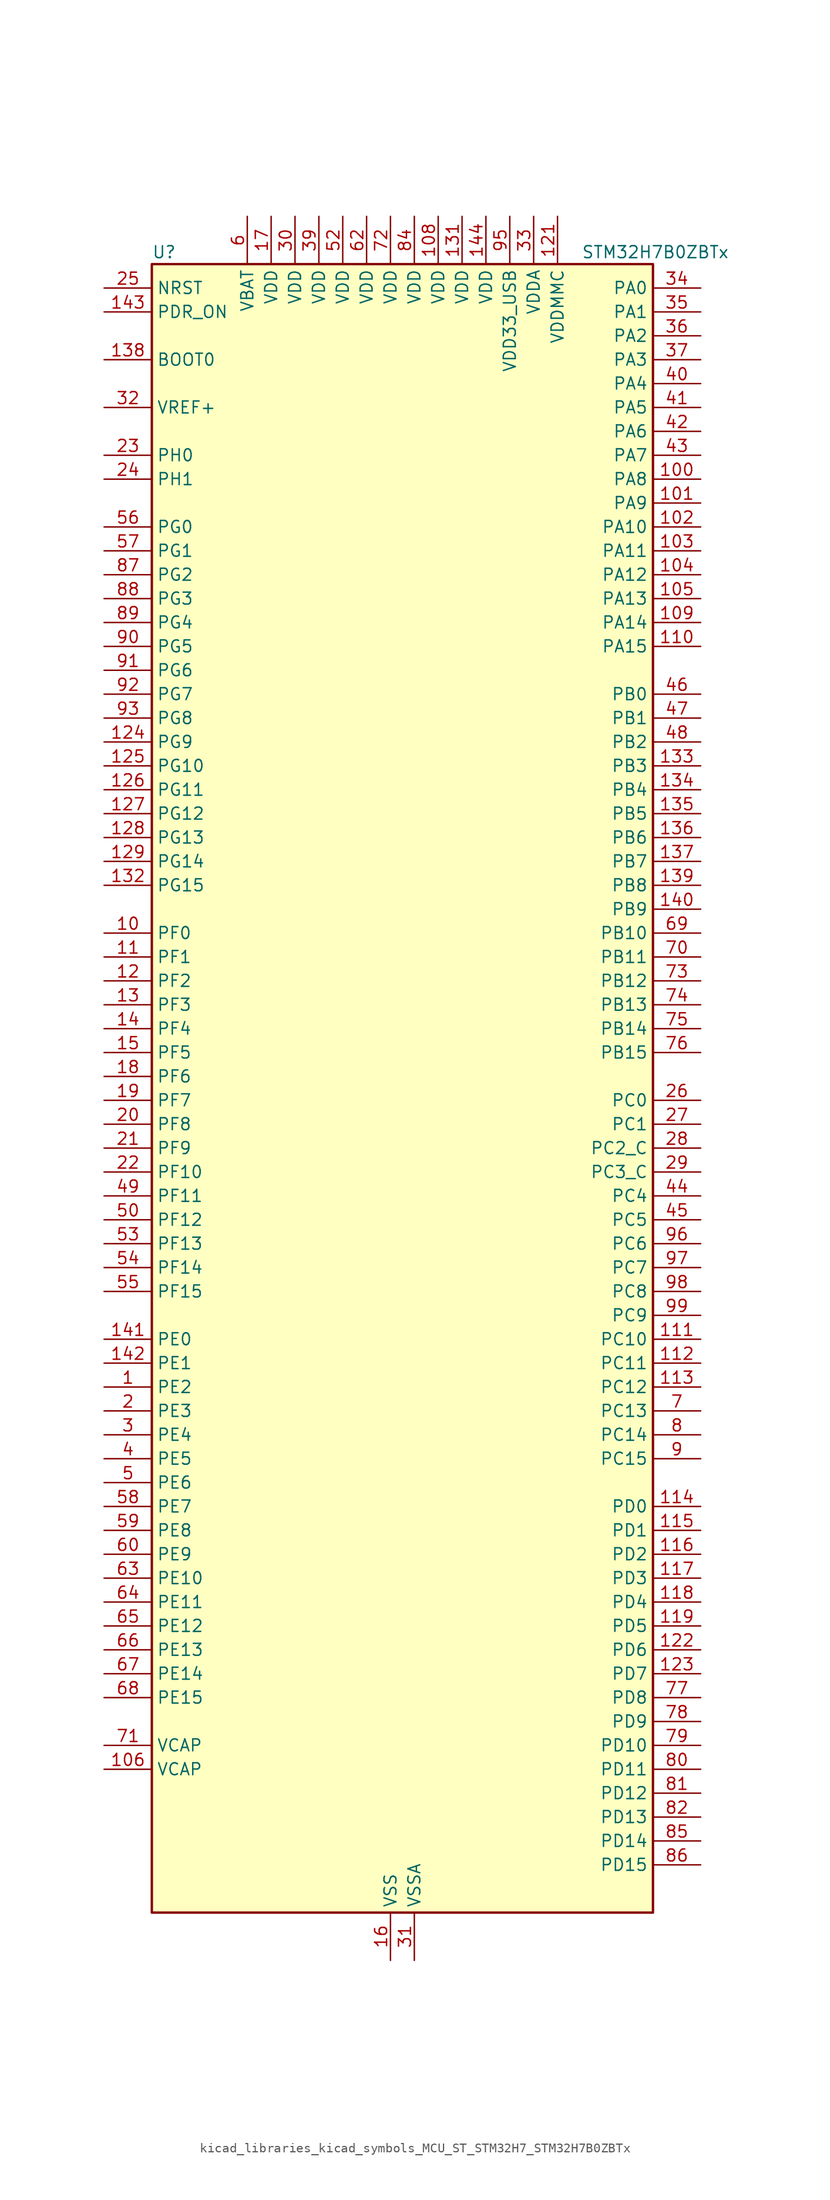
<source format=kicad_sym>
(kicad_symbol_lib
  (version 20220914)
  (generator kicad_symbol_editor)
  (symbol "kicad_libraries_kicad_symbols_MCU_ST_STM32H7_STM32H7B0ZBTx"
    (property "Reference" "U"
      (at -25.4 90.17 0)
      (effects (font (size 1.27 1.27)) (justify left)))
    (property "Value" "STM32H7B0ZBTx"
      (at 20.32 90.17 0)
      (effects (font (size 1.27 1.27)) (justify left)))
    (property "ki_locked" ""
      (at 0 0 0)
      (effects (font (size 1.27 1.27))))
    (symbol "kicad_libraries_kicad_symbols_MCU_ST_STM32H7_STM32H7B0ZBTx_0_1"
      (rectangle (start -25.4 -86.36) (end 27.94 88.9) (stroke (width 0.254) (type default)) (fill (type background))))
    (symbol "kicad_libraries_kicad_symbols_MCU_ST_STM32H7_STM32H7B0ZBTx_1_1"
      (pin bidirectional line (at -30.48 -30.48 0) (length 5.08) (name "PE2" (effects (font (size 1.27 1.27)))) (number "1" (effects (font (size 1.27 1.27)))) (alternate "DEBUG_TRACECLK" bidirectional line) (alternate "FMC_A23" bidirectional line) (alternate "OCTOSPIM_P1_IO2" bidirectional line) (alternate "SAI1_CK1" bidirectional line) (alternate "SAI1_MCLK_A" bidirectional line) (alternate "SPI4_SCK" bidirectional line) (alternate "USART10_RX" bidirectional line))
      (pin bidirectional line (at -30.48 17.78 0) (length 5.08) (name "PF0" (effects (font (size 1.27 1.27)))) (number "10" (effects (font (size 1.27 1.27)))) (alternate "FMC_A0" bidirectional line) (alternate "I2C2_SDA" bidirectional line) (alternate "OCTOSPIM_P2_IO0" bidirectional line))
      (pin bidirectional line (at 33.02 66.04 180) (length 5.08) (name "PA8" (effects (font (size 1.27 1.27)))) (number "100" (effects (font (size 1.27 1.27)))) (alternate "I2C3_SCL" bidirectional line) (alternate "LTDC_B3" bidirectional line) (alternate "LTDC_R6" bidirectional line) (alternate "RCC_MCO_1" bidirectional line) (alternate "TIM1_CH1" bidirectional line) (alternate "TIM8_BKIN2" bidirectional line) (alternate "TIM8_BKIN2_COMP1" bidirectional line) (alternate "TIM8_BKIN2_COMP2" bidirectional line) (alternate "UART7_RX" bidirectional line) (alternate "USART1_CK" bidirectional line) (alternate "USB_OTG_HS_SOF" bidirectional line))
      (pin bidirectional line (at 33.02 63.5 180) (length 5.08) (name "PA9" (effects (font (size 1.27 1.27)))) (number "101" (effects (font (size 1.27 1.27)))) (alternate "DAC1_EXTI9" bidirectional line) (alternate "DCMI_D0" bidirectional line) (alternate "I2C3_SMBA" bidirectional line) (alternate "I2S2_CK" bidirectional line) (alternate "LPUART1_TX" bidirectional line) (alternate "LTDC_R5" bidirectional line) (alternate "PSSI_D0" bidirectional line) (alternate "SPI2_SCK" bidirectional line) (alternate "TIM1_CH2" bidirectional line) (alternate "USART1_TX" bidirectional line) (alternate "USB_OTG_HS_VBUS" bidirectional line))
      (pin bidirectional line (at 33.02 60.96 180) (length 5.08) (name "PA10" (effects (font (size 1.27 1.27)))) (number "102" (effects (font (size 1.27 1.27)))) (alternate "DCMI_D1" bidirectional line) (alternate "LPUART1_RX" bidirectional line) (alternate "LTDC_B1" bidirectional line) (alternate "LTDC_B4" bidirectional line) (alternate "MDIOS_MDIO" bidirectional line) (alternate "PSSI_D1" bidirectional line) (alternate "TIM1_CH3" bidirectional line) (alternate "USART1_RX" bidirectional line) (alternate "USB_OTG_HS_ID" bidirectional line))
      (pin bidirectional line (at 33.02 58.42 180) (length 5.08) (name "PA11" (effects (font (size 1.27 1.27)))) (number "103" (effects (font (size 1.27 1.27)))) (alternate "ADC1_EXTI11" bidirectional line) (alternate "ADC2_EXTI11" bidirectional line) (alternate "FDCAN1_RX" bidirectional line) (alternate "I2S2_WS" bidirectional line) (alternate "LPUART1_CTS" bidirectional line) (alternate "LTDC_R4" bidirectional line) (alternate "SPI2_NSS" bidirectional line) (alternate "TIM1_CH4" bidirectional line) (alternate "UART4_RX" bidirectional line) (alternate "USART1_CTS" bidirectional line) (alternate "USART1_NSS" bidirectional line) (alternate "USB_OTG_HS_DM" bidirectional line))
      (pin bidirectional line (at 33.02 55.88 180) (length 5.08) (name "PA12" (effects (font (size 1.27 1.27)))) (number "104" (effects (font (size 1.27 1.27)))) (alternate "FDCAN1_TX" bidirectional line) (alternate "I2S2_CK" bidirectional line) (alternate "LPUART1_DE" bidirectional line) (alternate "LPUART1_RTS" bidirectional line) (alternate "LTDC_R5" bidirectional line) (alternate "SAI2_FS_B" bidirectional line) (alternate "SPI2_SCK" bidirectional line) (alternate "TIM1_ETR" bidirectional line) (alternate "UART4_TX" bidirectional line) (alternate "USART1_DE" bidirectional line) (alternate "USART1_RTS" bidirectional line) (alternate "USB_OTG_HS_DP" bidirectional line))
      (pin bidirectional line (at 33.02 53.34 180) (length 5.08) (name "PA13" (effects (font (size 1.27 1.27)))) (number "105" (effects (font (size 1.27 1.27)))) (alternate "DEBUG_JTMS-SWDIO" bidirectional line))
      (pin power_out line (at -30.48 -71.12 0) (length 5.08) (name "VCAP" (effects (font (size 1.27 1.27)))) (number "106" (effects (font (size 1.27 1.27)))))
      (pin passive line (at 0 -91.44 90) (length 5.08) hide (name "VSS" (effects (font (size 1.27 1.27)))) (number "107" (effects (font (size 1.27 1.27)))))
      (pin power_in line (at 5.08 93.98 270) (length 5.08) (name "VDD" (effects (font (size 1.27 1.27)))) (number "108" (effects (font (size 1.27 1.27)))))
      (pin bidirectional line (at 33.02 50.8 180) (length 5.08) (name "PA14" (effects (font (size 1.27 1.27)))) (number "109" (effects (font (size 1.27 1.27)))) (alternate "DEBUG_JTCK-SWCLK" bidirectional line))
      (pin bidirectional line (at -30.48 15.24 0) (length 5.08) (name "PF1" (effects (font (size 1.27 1.27)))) (number "11" (effects (font (size 1.27 1.27)))) (alternate "FMC_A1" bidirectional line) (alternate "I2C2_SCL" bidirectional line) (alternate "OCTOSPIM_P2_IO1" bidirectional line))
      (pin bidirectional line (at 33.02 48.26 180) (length 5.08) (name "PA15" (effects (font (size 1.27 1.27)))) (number "110" (effects (font (size 1.27 1.27)))) (alternate "ADC1_EXTI15" bidirectional line) (alternate "ADC2_EXTI15" bidirectional line) (alternate "CEC" bidirectional line) (alternate "DEBUG_JTDI" bidirectional line) (alternate "I2S1_WS" bidirectional line) (alternate "I2S3_WS" bidirectional line) (alternate "I2S6_WS" bidirectional line) (alternate "LTDC_B6" bidirectional line) (alternate "LTDC_R3" bidirectional line) (alternate "SPI1_NSS" bidirectional line) (alternate "SPI3_NSS" bidirectional line) (alternate "SPI6_NSS" bidirectional line) (alternate "TIM2_CH1" bidirectional line) (alternate "TIM2_ETR" bidirectional line) (alternate "UART4_DE" bidirectional line) (alternate "UART4_RTS" bidirectional line) (alternate "UART7_TX" bidirectional line))
      (pin bidirectional line (at 33.02 -25.4 180) (length 5.08) (name "PC10" (effects (font (size 1.27 1.27)))) (number "111" (effects (font (size 1.27 1.27)))) (alternate "DCMI_D8" bidirectional line) (alternate "DFSDM1_CKIN5" bidirectional line) (alternate "DFSDM2_CKIN0" bidirectional line) (alternate "I2S3_CK" bidirectional line) (alternate "LTDC_B1" bidirectional line) (alternate "LTDC_R2" bidirectional line) (alternate "OCTOSPIM_P1_IO1" bidirectional line) (alternate "PSSI_D8" bidirectional line) (alternate "SDMMC1_D2" bidirectional line) (alternate "SPI3_SCK" bidirectional line) (alternate "SWPMI1_RX" bidirectional line) (alternate "UART4_TX" bidirectional line) (alternate "USART3_TX" bidirectional line))
      (pin bidirectional line (at 33.02 -27.94 180) (length 5.08) (name "PC11" (effects (font (size 1.27 1.27)))) (number "112" (effects (font (size 1.27 1.27)))) (alternate "ADC1_EXTI11" bidirectional line) (alternate "ADC2_EXTI11" bidirectional line) (alternate "DCMI_D4" bidirectional line) (alternate "DFSDM1_DATIN5" bidirectional line) (alternate "DFSDM2_DATIN0" bidirectional line) (alternate "I2S3_SDI" bidirectional line) (alternate "LTDC_B4" bidirectional line) (alternate "OCTOSPIM_P1_NCS" bidirectional line) (alternate "PSSI_D4" bidirectional line) (alternate "SDMMC1_D3" bidirectional line) (alternate "SPI3_MISO" bidirectional line) (alternate "UART4_RX" bidirectional line) (alternate "USART3_RX" bidirectional line))
      (pin bidirectional line (at 33.02 -30.48 180) (length 5.08) (name "PC12" (effects (font (size 1.27 1.27)))) (number "113" (effects (font (size 1.27 1.27)))) (alternate "DCMI_D9" bidirectional line) (alternate "DEBUG_TRACED3" bidirectional line) (alternate "DFSDM2_CKOUT" bidirectional line) (alternate "I2S3_SDO" bidirectional line) (alternate "I2S6_CK" bidirectional line) (alternate "LTDC_R6" bidirectional line) (alternate "PSSI_D9" bidirectional line) (alternate "SDMMC1_CK" bidirectional line) (alternate "SPI3_MOSI" bidirectional line) (alternate "SPI6_SCK" bidirectional line) (alternate "TIM15_CH1" bidirectional line) (alternate "UART5_TX" bidirectional line) (alternate "USART3_CK" bidirectional line))
      (pin bidirectional line (at 33.02 -43.18 180) (length 5.08) (name "PD0" (effects (font (size 1.27 1.27)))) (number "114" (effects (font (size 1.27 1.27)))) (alternate "DFSDM1_CKIN6" bidirectional line) (alternate "FDCAN1_RX" bidirectional line) (alternate "FMC_D2" bidirectional line) (alternate "FMC_DA2" bidirectional line) (alternate "LTDC_B1" bidirectional line) (alternate "UART4_RX" bidirectional line) (alternate "UART9_CTS" bidirectional line))
      (pin bidirectional line (at 33.02 -45.72 180) (length 5.08) (name "PD1" (effects (font (size 1.27 1.27)))) (number "115" (effects (font (size 1.27 1.27)))) (alternate "DFSDM1_DATIN6" bidirectional line) (alternate "FDCAN1_TX" bidirectional line) (alternate "FMC_D3" bidirectional line) (alternate "FMC_DA3" bidirectional line) (alternate "UART4_TX" bidirectional line))
      (pin bidirectional line (at 33.02 -48.26 180) (length 5.08) (name "PD2" (effects (font (size 1.27 1.27)))) (number "116" (effects (font (size 1.27 1.27)))) (alternate "DCMI_D11" bidirectional line) (alternate "DEBUG_TRACED2" bidirectional line) (alternate "LTDC_B2" bidirectional line) (alternate "LTDC_B7" bidirectional line) (alternate "PSSI_D11" bidirectional line) (alternate "SDMMC1_CMD" bidirectional line) (alternate "TIM15_BKIN" bidirectional line) (alternate "TIM3_ETR" bidirectional line) (alternate "UART5_RX" bidirectional line))
      (pin bidirectional line (at 33.02 -50.8 180) (length 5.08) (name "PD3" (effects (font (size 1.27 1.27)))) (number "117" (effects (font (size 1.27 1.27)))) (alternate "DCMI_D5" bidirectional line) (alternate "DFSDM1_CKOUT" bidirectional line) (alternate "FMC_CLK" bidirectional line) (alternate "I2S2_CK" bidirectional line) (alternate "LTDC_G7" bidirectional line) (alternate "PSSI_D5" bidirectional line) (alternate "SPI2_SCK" bidirectional line) (alternate "USART2_CTS" bidirectional line) (alternate "USART2_NSS" bidirectional line))
      (pin bidirectional line (at 33.02 -53.34 180) (length 5.08) (name "PD4" (effects (font (size 1.27 1.27)))) (number "118" (effects (font (size 1.27 1.27)))) (alternate "FMC_NOE" bidirectional line) (alternate "OCTOSPIM_P1_IO4" bidirectional line) (alternate "USART2_DE" bidirectional line) (alternate "USART2_RTS" bidirectional line))
      (pin bidirectional line (at 33.02 -55.88 180) (length 5.08) (name "PD5" (effects (font (size 1.27 1.27)))) (number "119" (effects (font (size 1.27 1.27)))) (alternate "FMC_NWE" bidirectional line) (alternate "OCTOSPIM_P1_IO5" bidirectional line) (alternate "USART2_TX" bidirectional line))
      (pin bidirectional line (at -30.48 12.7 0) (length 5.08) (name "PF2" (effects (font (size 1.27 1.27)))) (number "12" (effects (font (size 1.27 1.27)))) (alternate "FMC_A2" bidirectional line) (alternate "I2C2_SMBA" bidirectional line) (alternate "OCTOSPIM_P2_IO2" bidirectional line))
      (pin passive line (at 0 -91.44 90) (length 5.08) hide (name "VSS" (effects (font (size 1.27 1.27)))) (number "120" (effects (font (size 1.27 1.27)))))
      (pin power_in line (at 17.78 93.98 270) (length 5.08) (name "VDDMMC" (effects (font (size 1.27 1.27)))) (number "121" (effects (font (size 1.27 1.27)))))
      (pin bidirectional line (at 33.02 -58.42 180) (length 5.08) (name "PD6" (effects (font (size 1.27 1.27)))) (number "122" (effects (font (size 1.27 1.27)))) (alternate "DCMI_D10" bidirectional line) (alternate "DFSDM1_CKIN4" bidirectional line) (alternate "DFSDM1_DATIN1" bidirectional line) (alternate "FMC_NWAIT" bidirectional line) (alternate "I2S3_SDO" bidirectional line) (alternate "LTDC_B2" bidirectional line) (alternate "OCTOSPIM_P1_IO6" bidirectional line) (alternate "PSSI_D10" bidirectional line) (alternate "SAI1_D1" bidirectional line) (alternate "SAI1_SD_A" bidirectional line) (alternate "SDMMC2_CK" bidirectional line) (alternate "SPI3_MOSI" bidirectional line) (alternate "USART2_RX" bidirectional line))
      (pin bidirectional line (at 33.02 -60.96 180) (length 5.08) (name "PD7" (effects (font (size 1.27 1.27)))) (number "123" (effects (font (size 1.27 1.27)))) (alternate "DFSDM1_CKIN1" bidirectional line) (alternate "DFSDM1_DATIN4" bidirectional line) (alternate "FMC_NE1" bidirectional line) (alternate "I2S1_SDO" bidirectional line) (alternate "OCTOSPIM_P1_IO7" bidirectional line) (alternate "SDMMC2_CMD" bidirectional line) (alternate "SPDIFRX_IN0" bidirectional line) (alternate "SPI1_MOSI" bidirectional line) (alternate "USART2_CK" bidirectional line))
      (pin bidirectional line (at -30.48 38.1 0) (length 5.08) (name "PG9" (effects (font (size 1.27 1.27)))) (number "124" (effects (font (size 1.27 1.27)))) (alternate "DAC1_EXTI9" bidirectional line) (alternate "DCMI_VSYNC" bidirectional line) (alternate "FMC_NCE" bidirectional line) (alternate "FMC_NE2" bidirectional line) (alternate "I2S1_SDI" bidirectional line) (alternate "OCTOSPIM_P1_IO6" bidirectional line) (alternate "PSSI_RDY" bidirectional line) (alternate "SAI2_FS_B" bidirectional line) (alternate "SDMMC2_D0" bidirectional line) (alternate "SPDIFRX_IN3" bidirectional line) (alternate "SPI1_MISO" bidirectional line) (alternate "USART6_RX" bidirectional line))
      (pin bidirectional line (at -30.48 35.56 0) (length 5.08) (name "PG10" (effects (font (size 1.27 1.27)))) (number "125" (effects (font (size 1.27 1.27)))) (alternate "DCMI_D2" bidirectional line) (alternate "FMC_NE3" bidirectional line) (alternate "I2S1_WS" bidirectional line) (alternate "LTDC_B2" bidirectional line) (alternate "LTDC_G3" bidirectional line) (alternate "OCTOSPIM_P2_IO6" bidirectional line) (alternate "PSSI_D2" bidirectional line) (alternate "SAI2_SD_B" bidirectional line) (alternate "SDMMC2_D1" bidirectional line) (alternate "SPI1_NSS" bidirectional line))
      (pin bidirectional line (at -30.48 33.02 0) (length 5.08) (name "PG11" (effects (font (size 1.27 1.27)))) (number "126" (effects (font (size 1.27 1.27)))) (alternate "ADC1_EXTI11" bidirectional line) (alternate "ADC2_EXTI11" bidirectional line) (alternate "DCMI_D3" bidirectional line) (alternate "I2S1_CK" bidirectional line) (alternate "LPTIM1_IN2" bidirectional line) (alternate "LTDC_B3" bidirectional line) (alternate "OCTOSPIM_P2_IO7" bidirectional line) (alternate "PSSI_D3" bidirectional line) (alternate "SDMMC2_D2" bidirectional line) (alternate "SPDIFRX_IN0" bidirectional line) (alternate "SPI1_SCK" bidirectional line) (alternate "USART10_RX" bidirectional line))
      (pin bidirectional line (at -30.48 30.48 0) (length 5.08) (name "PG12" (effects (font (size 1.27 1.27)))) (number "127" (effects (font (size 1.27 1.27)))) (alternate "FMC_NE4" bidirectional line) (alternate "I2S6_SDI" bidirectional line) (alternate "LPTIM1_IN1" bidirectional line) (alternate "LTDC_B1" bidirectional line) (alternate "LTDC_B4" bidirectional line) (alternate "OCTOSPIM_P2_NCS" bidirectional line) (alternate "SDMMC2_D3" bidirectional line) (alternate "SPDIFRX_IN1" bidirectional line) (alternate "SPI6_MISO" bidirectional line) (alternate "USART10_TX" bidirectional line) (alternate "USART6_DE" bidirectional line) (alternate "USART6_RTS" bidirectional line))
      (pin bidirectional line (at -30.48 27.94 0) (length 5.08) (name "PG13" (effects (font (size 1.27 1.27)))) (number "128" (effects (font (size 1.27 1.27)))) (alternate "DEBUG_TRACED0" bidirectional line) (alternate "FMC_A24" bidirectional line) (alternate "I2S6_CK" bidirectional line) (alternate "LPTIM1_OUT" bidirectional line) (alternate "LTDC_R0" bidirectional line) (alternate "SDMMC2_D6" bidirectional line) (alternate "SPI6_SCK" bidirectional line) (alternate "USART10_CTS" bidirectional line) (alternate "USART10_NSS" bidirectional line) (alternate "USART6_CTS" bidirectional line) (alternate "USART6_NSS" bidirectional line))
      (pin bidirectional line (at -30.48 25.4 0) (length 5.08) (name "PG14" (effects (font (size 1.27 1.27)))) (number "129" (effects (font (size 1.27 1.27)))) (alternate "DEBUG_TRACED1" bidirectional line) (alternate "FMC_A25" bidirectional line) (alternate "I2S6_SDO" bidirectional line) (alternate "LPTIM1_ETR" bidirectional line) (alternate "LTDC_B0" bidirectional line) (alternate "OCTOSPIM_P1_IO7" bidirectional line) (alternate "SDMMC2_D7" bidirectional line) (alternate "SPI6_MOSI" bidirectional line) (alternate "USART10_DE" bidirectional line) (alternate "USART10_RTS" bidirectional line) (alternate "USART6_TX" bidirectional line))
      (pin bidirectional line (at -30.48 10.16 0) (length 5.08) (name "PF3" (effects (font (size 1.27 1.27)))) (number "13" (effects (font (size 1.27 1.27)))) (alternate "FMC_A3" bidirectional line) (alternate "OCTOSPIM_P2_IO3" bidirectional line))
      (pin passive line (at 0 -91.44 90) (length 5.08) hide (name "VSS" (effects (font (size 1.27 1.27)))) (number "130" (effects (font (size 1.27 1.27)))))
      (pin power_in line (at 7.62 93.98 270) (length 5.08) (name "VDD" (effects (font (size 1.27 1.27)))) (number "131" (effects (font (size 1.27 1.27)))))
      (pin bidirectional line (at -30.48 22.86 0) (length 5.08) (name "PG15" (effects (font (size 1.27 1.27)))) (number "132" (effects (font (size 1.27 1.27)))) (alternate "ADC1_EXTI15" bidirectional line) (alternate "ADC2_EXTI15" bidirectional line) (alternate "DCMI_D13" bidirectional line) (alternate "FMC_SDNCAS" bidirectional line) (alternate "OCTOSPIM_P2_DQS" bidirectional line) (alternate "PSSI_D13" bidirectional line) (alternate "USART10_CK" bidirectional line) (alternate "USART6_CTS" bidirectional line) (alternate "USART6_NSS" bidirectional line))
      (pin bidirectional line (at 33.02 35.56 180) (length 5.08) (name "PB3" (effects (font (size 1.27 1.27)))) (number "133" (effects (font (size 1.27 1.27)))) (alternate "CRS_SYNC" bidirectional line) (alternate "DEBUG_JTDO-SWO" bidirectional line) (alternate "I2S1_CK" bidirectional line) (alternate "I2S3_CK" bidirectional line) (alternate "I2S6_CK" bidirectional line) (alternate "SDMMC2_D2" bidirectional line) (alternate "SPI1_SCK" bidirectional line) (alternate "SPI3_SCK" bidirectional line) (alternate "SPI6_SCK" bidirectional line) (alternate "TIM2_CH2" bidirectional line) (alternate "UART7_RX" bidirectional line))
      (pin bidirectional line (at 33.02 33.02 180) (length 5.08) (name "PB4" (effects (font (size 1.27 1.27)))) (number "134" (effects (font (size 1.27 1.27)))) (alternate "DEBUG_JTRST" bidirectional line) (alternate "I2S1_SDI" bidirectional line) (alternate "I2S2_WS" bidirectional line) (alternate "I2S3_SDI" bidirectional line) (alternate "I2S6_SDI" bidirectional line) (alternate "SDMMC2_D3" bidirectional line) (alternate "SPI1_MISO" bidirectional line) (alternate "SPI2_NSS" bidirectional line) (alternate "SPI3_MISO" bidirectional line) (alternate "SPI6_MISO" bidirectional line) (alternate "TIM16_BKIN" bidirectional line) (alternate "TIM3_CH1" bidirectional line) (alternate "UART7_TX" bidirectional line))
      (pin bidirectional line (at 33.02 30.48 180) (length 5.08) (name "PB5" (effects (font (size 1.27 1.27)))) (number "135" (effects (font (size 1.27 1.27)))) (alternate "DCMI_D10" bidirectional line) (alternate "FDCAN2_RX" bidirectional line) (alternate "FMC_SDCKE1" bidirectional line) (alternate "I2C1_SMBA" bidirectional line) (alternate "I2C4_SMBA" bidirectional line) (alternate "I2S1_SDO" bidirectional line) (alternate "I2S3_SDO" bidirectional line) (alternate "I2S6_SDO" bidirectional line) (alternate "LTDC_B5" bidirectional line) (alternate "PSSI_D10" bidirectional line) (alternate "SPI1_MOSI" bidirectional line) (alternate "SPI3_MOSI" bidirectional line) (alternate "SPI6_MOSI" bidirectional line) (alternate "TIM17_BKIN" bidirectional line) (alternate "TIM3_CH2" bidirectional line) (alternate "UART5_RX" bidirectional line) (alternate "USB_OTG_HS_ULPI_D7" bidirectional line))
      (pin bidirectional line (at 33.02 27.94 180) (length 5.08) (name "PB6" (effects (font (size 1.27 1.27)))) (number "136" (effects (font (size 1.27 1.27)))) (alternate "CEC" bidirectional line) (alternate "DCMI_D5" bidirectional line) (alternate "DFSDM1_DATIN5" bidirectional line) (alternate "FDCAN2_TX" bidirectional line) (alternate "FMC_SDNE1" bidirectional line) (alternate "I2C1_SCL" bidirectional line) (alternate "I2C4_SCL" bidirectional line) (alternate "LPUART1_TX" bidirectional line) (alternate "OCTOSPIM_P1_NCS" bidirectional line) (alternate "PSSI_D5" bidirectional line) (alternate "TIM16_CH1N" bidirectional line) (alternate "TIM4_CH1" bidirectional line) (alternate "UART5_TX" bidirectional line) (alternate "USART1_TX" bidirectional line))
      (pin bidirectional line (at 33.02 25.4 180) (length 5.08) (name "PB7" (effects (font (size 1.27 1.27)))) (number "137" (effects (font (size 1.27 1.27)))) (alternate "DCMI_VSYNC" bidirectional line) (alternate "DFSDM1_CKIN5" bidirectional line) (alternate "FMC_NL" bidirectional line) (alternate "I2C1_SDA" bidirectional line) (alternate "I2C4_SDA" bidirectional line) (alternate "LPUART1_RX" bidirectional line) (alternate "PSSI_RDY" bidirectional line) (alternate "PWR_PVD_IN" bidirectional line) (alternate "TIM17_CH1N" bidirectional line) (alternate "TIM4_CH2" bidirectional line) (alternate "USART1_RX" bidirectional line))
      (pin input line (at -30.48 78.74 0) (length 5.08) (name "BOOT0" (effects (font (size 1.27 1.27)))) (number "138" (effects (font (size 1.27 1.27)))))
      (pin bidirectional line (at 33.02 22.86 180) (length 5.08) (name "PB8" (effects (font (size 1.27 1.27)))) (number "139" (effects (font (size 1.27 1.27)))) (alternate "DCMI_D6" bidirectional line) (alternate "DFSDM1_CKIN7" bidirectional line) (alternate "FDCAN1_RX" bidirectional line) (alternate "I2C1_SCL" bidirectional line) (alternate "I2C4_SCL" bidirectional line) (alternate "LTDC_B6" bidirectional line) (alternate "PSSI_D6" bidirectional line) (alternate "SDMMC1_CKIN" bidirectional line) (alternate "SDMMC1_D4" bidirectional line) (alternate "SDMMC2_D4" bidirectional line) (alternate "TIM16_CH1" bidirectional line) (alternate "TIM4_CH3" bidirectional line) (alternate "UART4_RX" bidirectional line))
      (pin bidirectional line (at -30.48 7.62 0) (length 5.08) (name "PF4" (effects (font (size 1.27 1.27)))) (number "14" (effects (font (size 1.27 1.27)))) (alternate "FMC_A4" bidirectional line) (alternate "OCTOSPIM_P2_CLK" bidirectional line))
      (pin bidirectional line (at 33.02 20.32 180) (length 5.08) (name "PB9" (effects (font (size 1.27 1.27)))) (number "140" (effects (font (size 1.27 1.27)))) (alternate "DAC1_EXTI9" bidirectional line) (alternate "DCMI_D7" bidirectional line) (alternate "DFSDM1_DATIN7" bidirectional line) (alternate "FDCAN1_TX" bidirectional line) (alternate "I2C1_SDA" bidirectional line) (alternate "I2C4_SDA" bidirectional line) (alternate "I2C4_SMBA" bidirectional line) (alternate "I2S2_WS" bidirectional line) (alternate "LTDC_B7" bidirectional line) (alternate "PSSI_D7" bidirectional line) (alternate "SDMMC1_CDIR" bidirectional line) (alternate "SDMMC1_D5" bidirectional line) (alternate "SDMMC2_D5" bidirectional line) (alternate "SPI2_NSS" bidirectional line) (alternate "TIM17_CH1" bidirectional line) (alternate "TIM4_CH4" bidirectional line) (alternate "UART4_TX" bidirectional line))
      (pin bidirectional line (at -30.48 -25.4 0) (length 5.08) (name "PE0" (effects (font (size 1.27 1.27)))) (number "141" (effects (font (size 1.27 1.27)))) (alternate "DCMI_D2" bidirectional line) (alternate "FMC_NBL0" bidirectional line) (alternate "LPTIM1_ETR" bidirectional line) (alternate "LPTIM2_ETR" bidirectional line) (alternate "LTDC_R0" bidirectional line) (alternate "PSSI_D2" bidirectional line) (alternate "SAI2_MCLK_A" bidirectional line) (alternate "TIM4_ETR" bidirectional line) (alternate "UART8_RX" bidirectional line))
      (pin bidirectional line (at -30.48 -27.94 0) (length 5.08) (name "PE1" (effects (font (size 1.27 1.27)))) (number "142" (effects (font (size 1.27 1.27)))) (alternate "DCMI_D3" bidirectional line) (alternate "FMC_NBL1" bidirectional line) (alternate "LPTIM1_IN2" bidirectional line) (alternate "LTDC_R6" bidirectional line) (alternate "PSSI_D3" bidirectional line) (alternate "UART8_TX" bidirectional line))
      (pin input line (at -30.48 83.82 0) (length 5.08) (name "PDR_ON" (effects (font (size 1.27 1.27)))) (number "143" (effects (font (size 1.27 1.27)))))
      (pin power_in line (at 10.16 93.98 270) (length 5.08) (name "VDD" (effects (font (size 1.27 1.27)))) (number "144" (effects (font (size 1.27 1.27)))))
      (pin bidirectional line (at -30.48 5.08 0) (length 5.08) (name "PF5" (effects (font (size 1.27 1.27)))) (number "15" (effects (font (size 1.27 1.27)))) (alternate "FMC_A5" bidirectional line) (alternate "OCTOSPIM_P2_NCLK" bidirectional line))
      (pin power_in line (at 0 -91.44 90) (length 5.08) (name "VSS" (effects (font (size 1.27 1.27)))) (number "16" (effects (font (size 1.27 1.27)))))
      (pin power_in line (at -12.7 93.98 270) (length 5.08) (name "VDD" (effects (font (size 1.27 1.27)))) (number "17" (effects (font (size 1.27 1.27)))))
      (pin bidirectional line (at -30.48 2.54 0) (length 5.08) (name "PF6" (effects (font (size 1.27 1.27)))) (number "18" (effects (font (size 1.27 1.27)))) (alternate "OCTOSPIM_P1_IO3" bidirectional line) (alternate "SAI1_SD_B" bidirectional line) (alternate "SPI5_NSS" bidirectional line) (alternate "TIM16_CH1" bidirectional line) (alternate "UART7_RX" bidirectional line))
      (pin bidirectional line (at -30.48 0 0) (length 5.08) (name "PF7" (effects (font (size 1.27 1.27)))) (number "19" (effects (font (size 1.27 1.27)))) (alternate "OCTOSPIM_P1_IO2" bidirectional line) (alternate "SAI1_MCLK_B" bidirectional line) (alternate "SPI5_SCK" bidirectional line) (alternate "TIM17_CH1" bidirectional line) (alternate "UART7_TX" bidirectional line))
      (pin bidirectional line (at -30.48 -33.02 0) (length 5.08) (name "PE3" (effects (font (size 1.27 1.27)))) (number "2" (effects (font (size 1.27 1.27)))) (alternate "DEBUG_TRACED0" bidirectional line) (alternate "FMC_A19" bidirectional line) (alternate "SAI1_SD_B" bidirectional line) (alternate "TIM15_BKIN" bidirectional line) (alternate "USART10_TX" bidirectional line))
      (pin bidirectional line (at -30.48 -2.54 0) (length 5.08) (name "PF8" (effects (font (size 1.27 1.27)))) (number "20" (effects (font (size 1.27 1.27)))) (alternate "OCTOSPIM_P1_IO0" bidirectional line) (alternate "SAI1_SCK_B" bidirectional line) (alternate "SPI5_MISO" bidirectional line) (alternate "TIM13_CH1" bidirectional line) (alternate "TIM16_CH1N" bidirectional line) (alternate "UART7_DE" bidirectional line) (alternate "UART7_RTS" bidirectional line))
      (pin bidirectional line (at -30.48 -5.08 0) (length 5.08) (name "PF9" (effects (font (size 1.27 1.27)))) (number "21" (effects (font (size 1.27 1.27)))) (alternate "DAC1_EXTI9" bidirectional line) (alternate "OCTOSPIM_P1_IO1" bidirectional line) (alternate "SAI1_FS_B" bidirectional line) (alternate "SPI5_MOSI" bidirectional line) (alternate "TIM14_CH1" bidirectional line) (alternate "TIM17_CH1N" bidirectional line) (alternate "UART7_CTS" bidirectional line))
      (pin bidirectional line (at -30.48 -7.62 0) (length 5.08) (name "PF10" (effects (font (size 1.27 1.27)))) (number "22" (effects (font (size 1.27 1.27)))) (alternate "DCMI_D11" bidirectional line) (alternate "LTDC_DE" bidirectional line) (alternate "OCTOSPIM_P1_CLK" bidirectional line) (alternate "PSSI_D11" bidirectional line) (alternate "PSSI_D15" bidirectional line) (alternate "SAI1_D3" bidirectional line) (alternate "TIM16_BKIN" bidirectional line))
      (pin bidirectional line (at -30.48 68.58 0) (length 5.08) (name "PH0" (effects (font (size 1.27 1.27)))) (number "23" (effects (font (size 1.27 1.27)))) (alternate "RCC_OSC_IN" bidirectional line))
      (pin bidirectional line (at -30.48 66.04 0) (length 5.08) (name "PH1" (effects (font (size 1.27 1.27)))) (number "24" (effects (font (size 1.27 1.27)))) (alternate "RCC_OSC_OUT" bidirectional line))
      (pin input line (at -30.48 86.36 0) (length 5.08) (name "NRST" (effects (font (size 1.27 1.27)))) (number "25" (effects (font (size 1.27 1.27)))))
      (pin bidirectional line (at 33.02 0 180) (length 5.08) (name "PC0" (effects (font (size 1.27 1.27)))) (number "26" (effects (font (size 1.27 1.27)))) (alternate "ADC1_INP10" bidirectional line) (alternate "ADC2_INP10" bidirectional line) (alternate "DFSDM1_CKIN0" bidirectional line) (alternate "DFSDM1_DATIN4" bidirectional line) (alternate "FMC_A25" bidirectional line) (alternate "FMC_SDNWE" bidirectional line) (alternate "LTDC_G2" bidirectional line) (alternate "LTDC_R5" bidirectional line) (alternate "SAI2_FS_B" bidirectional line) (alternate "USB_OTG_HS_ULPI_STP" bidirectional line))
      (pin bidirectional line (at 33.02 -2.54 180) (length 5.08) (name "PC1" (effects (font (size 1.27 1.27)))) (number "27" (effects (font (size 1.27 1.27)))) (alternate "ADC1_INN10" bidirectional line) (alternate "ADC1_INP11" bidirectional line) (alternate "ADC2_INN10" bidirectional line) (alternate "ADC2_INP11" bidirectional line) (alternate "DEBUG_TRACED0" bidirectional line) (alternate "DFSDM1_CKIN4" bidirectional line) (alternate "DFSDM1_DATIN0" bidirectional line) (alternate "I2S2_SDO" bidirectional line) (alternate "LTDC_G5" bidirectional line) (alternate "MDIOS_MDC" bidirectional line) (alternate "OCTOSPIM_P1_IO4" bidirectional line) (alternate "PWR_WKUP6" bidirectional line) (alternate "RTC_TAMP3" bidirectional line) (alternate "SAI1_D1" bidirectional line) (alternate "SAI1_SD_A" bidirectional line) (alternate "SDMMC2_CK" bidirectional line) (alternate "SPI2_MOSI" bidirectional line))
      (pin bidirectional line (at 33.02 -5.08 180) (length 5.08) (name "PC2_C" (effects (font (size 1.27 1.27)))) (number "28" (effects (font (size 1.27 1.27)))) (alternate "ADC2_INN1" bidirectional line) (alternate "ADC2_INP0" bidirectional line) (alternate "DFSDM1_CKIN1" bidirectional line) (alternate "DFSDM1_CKOUT" bidirectional line) (alternate "FMC_SDNE0" bidirectional line) (alternate "I2S2_SDI" bidirectional line) (alternate "OCTOSPIM_P1_IO2" bidirectional line) (alternate "OCTOSPIM_P1_IO5" bidirectional line) (alternate "PWR_CSTOP" bidirectional line) (alternate "SPI2_MISO" bidirectional line) (alternate "USB_OTG_HS_ULPI_DIR" bidirectional line))
      (pin bidirectional line (at 33.02 -7.62 180) (length 5.08) (name "PC3_C" (effects (font (size 1.27 1.27)))) (number "29" (effects (font (size 1.27 1.27)))) (alternate "ADC2_INP1" bidirectional line) (alternate "DFSDM1_DATIN1" bidirectional line) (alternate "FMC_SDCKE0" bidirectional line) (alternate "I2S2_SDO" bidirectional line) (alternate "OCTOSPIM_P1_IO0" bidirectional line) (alternate "OCTOSPIM_P1_IO6" bidirectional line) (alternate "PWR_CSLEEP" bidirectional line) (alternate "SPI2_MOSI" bidirectional line) (alternate "USB_OTG_HS_ULPI_NXT" bidirectional line))
      (pin bidirectional line (at -30.48 -35.56 0) (length 5.08) (name "PE4" (effects (font (size 1.27 1.27)))) (number "3" (effects (font (size 1.27 1.27)))) (alternate "DCMI_D4" bidirectional line) (alternate "DEBUG_TRACED1" bidirectional line) (alternate "DFSDM1_DATIN3" bidirectional line) (alternate "FMC_A20" bidirectional line) (alternate "LTDC_B0" bidirectional line) (alternate "PSSI_D4" bidirectional line) (alternate "SAI1_D2" bidirectional line) (alternate "SAI1_FS_A" bidirectional line) (alternate "SPI4_NSS" bidirectional line) (alternate "TIM15_CH1N" bidirectional line))
      (pin power_in line (at -10.16 93.98 270) (length 5.08) (name "VDD" (effects (font (size 1.27 1.27)))) (number "30" (effects (font (size 1.27 1.27)))))
      (pin power_in line (at 2.54 -91.44 90) (length 5.08) (name "VSSA" (effects (font (size 1.27 1.27)))) (number "31" (effects (font (size 1.27 1.27)))))
      (pin input line (at -30.48 73.66 0) (length 5.08) (name "VREF+" (effects (font (size 1.27 1.27)))) (number "32" (effects (font (size 1.27 1.27)))) (alternate "VREFBUF_OUT" bidirectional line))
      (pin power_in line (at 15.24 93.98 270) (length 5.08) (name "VDDA" (effects (font (size 1.27 1.27)))) (number "33" (effects (font (size 1.27 1.27)))))
      (pin bidirectional line (at 33.02 86.36 180) (length 5.08) (name "PA0" (effects (font (size 1.27 1.27)))) (number "34" (effects (font (size 1.27 1.27)))) (alternate "ADC1_INP16" bidirectional line) (alternate "I2S6_WS" bidirectional line) (alternate "PWR_WKUP1" bidirectional line) (alternate "SAI2_SD_B" bidirectional line) (alternate "SDMMC2_CMD" bidirectional line) (alternate "SPI6_NSS" bidirectional line) (alternate "TIM15_BKIN" bidirectional line) (alternate "TIM2_CH1" bidirectional line) (alternate "TIM2_ETR" bidirectional line) (alternate "TIM5_CH1" bidirectional line) (alternate "TIM8_ETR" bidirectional line) (alternate "UART4_TX" bidirectional line) (alternate "USART2_CTS" bidirectional line) (alternate "USART2_NSS" bidirectional line))
      (pin bidirectional line (at 33.02 83.82 180) (length 5.08) (name "PA1" (effects (font (size 1.27 1.27)))) (number "35" (effects (font (size 1.27 1.27)))) (alternate "ADC1_INN16" bidirectional line) (alternate "ADC1_INP17" bidirectional line) (alternate "LPTIM3_OUT" bidirectional line) (alternate "LTDC_R2" bidirectional line) (alternate "OCTOSPIM_P1_DQS" bidirectional line) (alternate "OCTOSPIM_P1_IO3" bidirectional line) (alternate "SAI2_MCLK_B" bidirectional line) (alternate "TIM15_CH1N" bidirectional line) (alternate "TIM2_CH2" bidirectional line) (alternate "TIM5_CH2" bidirectional line) (alternate "UART4_RX" bidirectional line) (alternate "USART2_DE" bidirectional line) (alternate "USART2_RTS" bidirectional line))
      (pin bidirectional line (at 33.02 81.28 180) (length 5.08) (name "PA2" (effects (font (size 1.27 1.27)))) (number "36" (effects (font (size 1.27 1.27)))) (alternate "ADC1_INP14" bidirectional line) (alternate "DFSDM2_CKIN1" bidirectional line) (alternate "LTDC_R1" bidirectional line) (alternate "MDIOS_MDIO" bidirectional line) (alternate "PWR_WKUP2" bidirectional line) (alternate "SAI2_SCK_B" bidirectional line) (alternate "TIM15_CH1" bidirectional line) (alternate "TIM2_CH3" bidirectional line) (alternate "TIM5_CH3" bidirectional line) (alternate "USART2_TX" bidirectional line))
      (pin bidirectional line (at 33.02 78.74 180) (length 5.08) (name "PA3" (effects (font (size 1.27 1.27)))) (number "37" (effects (font (size 1.27 1.27)))) (alternate "ADC1_INP15" bidirectional line) (alternate "I2S6_MCK" bidirectional line) (alternate "LTDC_B2" bidirectional line) (alternate "LTDC_B5" bidirectional line) (alternate "OCTOSPIM_P1_CLK" bidirectional line) (alternate "TIM15_CH2" bidirectional line) (alternate "TIM2_CH4" bidirectional line) (alternate "TIM5_CH4" bidirectional line) (alternate "USART2_RX" bidirectional line) (alternate "USB_OTG_HS_ULPI_D0" bidirectional line))
      (pin passive line (at 0 -91.44 90) (length 5.08) hide (name "VSS" (effects (font (size 1.27 1.27)))) (number "38" (effects (font (size 1.27 1.27)))))
      (pin power_in line (at -7.62 93.98 270) (length 5.08) (name "VDD" (effects (font (size 1.27 1.27)))) (number "39" (effects (font (size 1.27 1.27)))))
      (pin bidirectional line (at -30.48 -38.1 0) (length 5.08) (name "PE5" (effects (font (size 1.27 1.27)))) (number "4" (effects (font (size 1.27 1.27)))) (alternate "DCMI_D6" bidirectional line) (alternate "DEBUG_TRACED2" bidirectional line) (alternate "DFSDM1_CKIN3" bidirectional line) (alternate "FMC_A21" bidirectional line) (alternate "LTDC_G0" bidirectional line) (alternate "PSSI_D6" bidirectional line) (alternate "SAI1_CK2" bidirectional line) (alternate "SAI1_SCK_A" bidirectional line) (alternate "SPI4_MISO" bidirectional line) (alternate "TIM15_CH1" bidirectional line))
      (pin bidirectional line (at 33.02 76.2 180) (length 5.08) (name "PA4" (effects (font (size 1.27 1.27)))) (number "40" (effects (font (size 1.27 1.27)))) (alternate "ADC1_INP18" bidirectional line) (alternate "DAC1_OUT1" bidirectional line) (alternate "DCMI_HSYNC" bidirectional line) (alternate "I2S1_WS" bidirectional line) (alternate "I2S3_WS" bidirectional line) (alternate "I2S6_WS" bidirectional line) (alternate "LTDC_VSYNC" bidirectional line) (alternate "PSSI_DE" bidirectional line) (alternate "SPI1_NSS" bidirectional line) (alternate "SPI3_NSS" bidirectional line) (alternate "SPI6_NSS" bidirectional line) (alternate "TIM5_ETR" bidirectional line) (alternate "USART2_CK" bidirectional line))
      (pin bidirectional line (at 33.02 73.66 180) (length 5.08) (name "PA5" (effects (font (size 1.27 1.27)))) (number "41" (effects (font (size 1.27 1.27)))) (alternate "ADC1_INN18" bidirectional line) (alternate "ADC1_INP19" bidirectional line) (alternate "DAC1_OUT2" bidirectional line) (alternate "I2S1_CK" bidirectional line) (alternate "I2S6_CK" bidirectional line) (alternate "LTDC_R4" bidirectional line) (alternate "PSSI_D14" bidirectional line) (alternate "PWR_NDSTOP2" bidirectional line) (alternate "SPI1_SCK" bidirectional line) (alternate "SPI6_SCK" bidirectional line) (alternate "TIM2_CH1" bidirectional line) (alternate "TIM2_ETR" bidirectional line) (alternate "TIM8_CH1N" bidirectional line) (alternate "USB_OTG_HS_ULPI_CK" bidirectional line))
      (pin bidirectional line (at 33.02 71.12 180) (length 5.08) (name "PA6" (effects (font (size 1.27 1.27)))) (number "42" (effects (font (size 1.27 1.27)))) (alternate "ADC1_INP3" bidirectional line) (alternate "ADC2_INP3" bidirectional line) (alternate "DAC2_OUT1" bidirectional line) (alternate "DCMI_PIXCLK" bidirectional line) (alternate "I2S1_SDI" bidirectional line) (alternate "I2S6_SDI" bidirectional line) (alternate "LTDC_G2" bidirectional line) (alternate "MDIOS_MDC" bidirectional line) (alternate "OCTOSPIM_P1_IO3" bidirectional line) (alternate "PSSI_PDCK" bidirectional line) (alternate "SPI1_MISO" bidirectional line) (alternate "SPI6_MISO" bidirectional line) (alternate "TIM13_CH1" bidirectional line) (alternate "TIM1_BKIN" bidirectional line) (alternate "TIM1_BKIN_COMP1" bidirectional line) (alternate "TIM1_BKIN_COMP2" bidirectional line) (alternate "TIM3_CH1" bidirectional line) (alternate "TIM8_BKIN" bidirectional line) (alternate "TIM8_BKIN_COMP1" bidirectional line) (alternate "TIM8_BKIN_COMP2" bidirectional line))
      (pin bidirectional line (at 33.02 68.58 180) (length 5.08) (name "PA7" (effects (font (size 1.27 1.27)))) (number "43" (effects (font (size 1.27 1.27)))) (alternate "ADC1_INN3" bidirectional line) (alternate "ADC1_INP7" bidirectional line) (alternate "ADC2_INN3" bidirectional line) (alternate "ADC2_INP7" bidirectional line) (alternate "DFSDM2_DATIN1" bidirectional line) (alternate "FMC_SDNWE" bidirectional line) (alternate "I2S1_SDO" bidirectional line) (alternate "I2S6_SDO" bidirectional line) (alternate "LTDC_VSYNC" bidirectional line) (alternate "OCTOSPIM_P1_IO2" bidirectional line) (alternate "OPAMP1_VINM" bidirectional line) (alternate "SPI1_MOSI" bidirectional line) (alternate "SPI6_MOSI" bidirectional line) (alternate "TIM14_CH1" bidirectional line) (alternate "TIM1_CH1N" bidirectional line) (alternate "TIM3_CH2" bidirectional line) (alternate "TIM8_CH1N" bidirectional line))
      (pin bidirectional line (at 33.02 -10.16 180) (length 5.08) (name "PC4" (effects (font (size 1.27 1.27)))) (number "44" (effects (font (size 1.27 1.27)))) (alternate "ADC1_INP4" bidirectional line) (alternate "ADC2_INP4" bidirectional line) (alternate "COMP1_INM" bidirectional line) (alternate "DFSDM1_CKIN2" bidirectional line) (alternate "FMC_SDNE0" bidirectional line) (alternate "I2S1_MCK" bidirectional line) (alternate "LTDC_R7" bidirectional line) (alternate "OPAMP1_VOUT" bidirectional line) (alternate "SPDIFRX_IN2" bidirectional line))
      (pin bidirectional line (at 33.02 -12.7 180) (length 5.08) (name "PC5" (effects (font (size 1.27 1.27)))) (number "45" (effects (font (size 1.27 1.27)))) (alternate "ADC1_INN4" bidirectional line) (alternate "ADC1_INP8" bidirectional line) (alternate "ADC2_INN4" bidirectional line) (alternate "ADC2_INP8" bidirectional line) (alternate "COMP1_OUT" bidirectional line) (alternate "DFSDM1_DATIN2" bidirectional line) (alternate "FMC_SDCKE0" bidirectional line) (alternate "LTDC_DE" bidirectional line) (alternate "OCTOSPIM_P1_DQS" bidirectional line) (alternate "OPAMP1_VINM" bidirectional line) (alternate "PSSI_D15" bidirectional line) (alternate "SAI1_D3" bidirectional line) (alternate "SPDIFRX_IN3" bidirectional line))
      (pin bidirectional line (at 33.02 43.18 180) (length 5.08) (name "PB0" (effects (font (size 1.27 1.27)))) (number "46" (effects (font (size 1.27 1.27)))) (alternate "ADC1_INN5" bidirectional line) (alternate "ADC1_INP9" bidirectional line) (alternate "ADC2_INN5" bidirectional line) (alternate "ADC2_INP9" bidirectional line) (alternate "COMP1_INP" bidirectional line) (alternate "DFSDM1_CKOUT" bidirectional line) (alternate "DFSDM2_CKOUT" bidirectional line) (alternate "LTDC_G1" bidirectional line) (alternate "LTDC_R3" bidirectional line) (alternate "OCTOSPIM_P1_IO1" bidirectional line) (alternate "OPAMP1_VINP" bidirectional line) (alternate "TIM1_CH2N" bidirectional line) (alternate "TIM3_CH3" bidirectional line) (alternate "TIM8_CH2N" bidirectional line) (alternate "UART4_CTS" bidirectional line) (alternate "USB_OTG_HS_ULPI_D1" bidirectional line))
      (pin bidirectional line (at 33.02 40.64 180) (length 5.08) (name "PB1" (effects (font (size 1.27 1.27)))) (number "47" (effects (font (size 1.27 1.27)))) (alternate "ADC1_INP5" bidirectional line) (alternate "ADC2_INP5" bidirectional line) (alternate "COMP1_INM" bidirectional line) (alternate "DFSDM1_DATIN1" bidirectional line) (alternate "LTDC_G0" bidirectional line) (alternate "LTDC_R6" bidirectional line) (alternate "OCTOSPIM_P1_IO0" bidirectional line) (alternate "TIM1_CH3N" bidirectional line) (alternate "TIM3_CH4" bidirectional line) (alternate "TIM8_CH3N" bidirectional line) (alternate "USB_OTG_HS_ULPI_D2" bidirectional line))
      (pin bidirectional line (at 33.02 38.1 180) (length 5.08) (name "PB2" (effects (font (size 1.27 1.27)))) (number "48" (effects (font (size 1.27 1.27)))) (alternate "COMP1_INP" bidirectional line) (alternate "DFSDM1_CKIN1" bidirectional line) (alternate "I2S3_SDO" bidirectional line) (alternate "OCTOSPIM_P1_CLK" bidirectional line) (alternate "OCTOSPIM_P1_DQS" bidirectional line) (alternate "RTC_OUT_ALARM" bidirectional line) (alternate "RTC_OUT_CALIB" bidirectional line) (alternate "SAI1_D1" bidirectional line) (alternate "SAI1_SD_A" bidirectional line) (alternate "SPI3_MOSI" bidirectional line))
      (pin bidirectional line (at -30.48 -10.16 0) (length 5.08) (name "PF11" (effects (font (size 1.27 1.27)))) (number "49" (effects (font (size 1.27 1.27)))) (alternate "ADC1_EXTI11" bidirectional line) (alternate "ADC1_INP2" bidirectional line) (alternate "ADC2_EXTI11" bidirectional line) (alternate "DCMI_D12" bidirectional line) (alternate "FMC_SDNRAS" bidirectional line) (alternate "OCTOSPIM_P1_NCLK" bidirectional line) (alternate "PSSI_D12" bidirectional line) (alternate "SAI2_SD_B" bidirectional line) (alternate "SPI5_MOSI" bidirectional line))
      (pin bidirectional line (at -30.48 -40.64 0) (length 5.08) (name "PE6" (effects (font (size 1.27 1.27)))) (number "5" (effects (font (size 1.27 1.27)))) (alternate "DCMI_D7" bidirectional line) (alternate "DEBUG_TRACED3" bidirectional line) (alternate "FMC_A22" bidirectional line) (alternate "LTDC_G1" bidirectional line) (alternate "PSSI_D7" bidirectional line) (alternate "SAI1_D1" bidirectional line) (alternate "SAI1_SD_A" bidirectional line) (alternate "SAI2_MCLK_B" bidirectional line) (alternate "SPI4_MOSI" bidirectional line) (alternate "TIM15_CH2" bidirectional line) (alternate "TIM1_BKIN2" bidirectional line) (alternate "TIM1_BKIN2_COMP1" bidirectional line) (alternate "TIM1_BKIN2_COMP2" bidirectional line))
      (pin bidirectional line (at -30.48 -12.7 0) (length 5.08) (name "PF12" (effects (font (size 1.27 1.27)))) (number "50" (effects (font (size 1.27 1.27)))) (alternate "ADC1_INN2" bidirectional line) (alternate "ADC1_INP6" bidirectional line) (alternate "FMC_A6" bidirectional line) (alternate "OCTOSPIM_P2_DQS" bidirectional line))
      (pin passive line (at 0 -91.44 90) (length 5.08) hide (name "VSS" (effects (font (size 1.27 1.27)))) (number "51" (effects (font (size 1.27 1.27)))))
      (pin power_in line (at -5.08 93.98 270) (length 5.08) (name "VDD" (effects (font (size 1.27 1.27)))) (number "52" (effects (font (size 1.27 1.27)))))
      (pin bidirectional line (at -30.48 -15.24 0) (length 5.08) (name "PF13" (effects (font (size 1.27 1.27)))) (number "53" (effects (font (size 1.27 1.27)))) (alternate "ADC2_INP2" bidirectional line) (alternate "DFSDM1_DATIN6" bidirectional line) (alternate "FMC_A7" bidirectional line) (alternate "I2C4_SMBA" bidirectional line))
      (pin bidirectional line (at -30.48 -17.78 0) (length 5.08) (name "PF14" (effects (font (size 1.27 1.27)))) (number "54" (effects (font (size 1.27 1.27)))) (alternate "ADC2_INN2" bidirectional line) (alternate "ADC2_INP6" bidirectional line) (alternate "DFSDM1_CKIN6" bidirectional line) (alternate "FMC_A8" bidirectional line) (alternate "I2C4_SCL" bidirectional line))
      (pin bidirectional line (at -30.48 -20.32 0) (length 5.08) (name "PF15" (effects (font (size 1.27 1.27)))) (number "55" (effects (font (size 1.27 1.27)))) (alternate "ADC1_EXTI15" bidirectional line) (alternate "ADC2_EXTI15" bidirectional line) (alternate "FMC_A9" bidirectional line) (alternate "I2C4_SDA" bidirectional line))
      (pin bidirectional line (at -30.48 60.96 0) (length 5.08) (name "PG0" (effects (font (size 1.27 1.27)))) (number "56" (effects (font (size 1.27 1.27)))) (alternate "FMC_A10" bidirectional line) (alternate "OCTOSPIM_P2_IO4" bidirectional line) (alternate "UART9_RX" bidirectional line))
      (pin bidirectional line (at -30.48 58.42 0) (length 5.08) (name "PG1" (effects (font (size 1.27 1.27)))) (number "57" (effects (font (size 1.27 1.27)))) (alternate "FMC_A11" bidirectional line) (alternate "OCTOSPIM_P2_IO5" bidirectional line) (alternate "OPAMP2_VINM" bidirectional line) (alternate "UART9_TX" bidirectional line))
      (pin bidirectional line (at -30.48 -43.18 0) (length 5.08) (name "PE7" (effects (font (size 1.27 1.27)))) (number "58" (effects (font (size 1.27 1.27)))) (alternate "COMP2_INM" bidirectional line) (alternate "DFSDM1_DATIN2" bidirectional line) (alternate "FMC_D4" bidirectional line) (alternate "FMC_DA4" bidirectional line) (alternate "OCTOSPIM_P1_IO4" bidirectional line) (alternate "OPAMP2_VOUT" bidirectional line) (alternate "TIM1_ETR" bidirectional line) (alternate "UART7_RX" bidirectional line))
      (pin bidirectional line (at -30.48 -45.72 0) (length 5.08) (name "PE8" (effects (font (size 1.27 1.27)))) (number "59" (effects (font (size 1.27 1.27)))) (alternate "COMP2_OUT" bidirectional line) (alternate "DFSDM1_CKIN2" bidirectional line) (alternate "FMC_D5" bidirectional line) (alternate "FMC_DA5" bidirectional line) (alternate "OCTOSPIM_P1_IO5" bidirectional line) (alternate "OPAMP2_VINM" bidirectional line) (alternate "TIM1_CH1N" bidirectional line) (alternate "UART7_TX" bidirectional line))
      (pin power_in line (at -15.24 93.98 270) (length 5.08) (name "VBAT" (effects (font (size 1.27 1.27)))) (number "6" (effects (font (size 1.27 1.27)))))
      (pin bidirectional line (at -30.48 -48.26 0) (length 5.08) (name "PE9" (effects (font (size 1.27 1.27)))) (number "60" (effects (font (size 1.27 1.27)))) (alternate "COMP2_INP" bidirectional line) (alternate "DAC1_EXTI9" bidirectional line) (alternate "DFSDM1_CKOUT" bidirectional line) (alternate "FMC_D6" bidirectional line) (alternate "FMC_DA6" bidirectional line) (alternate "OCTOSPIM_P1_IO6" bidirectional line) (alternate "OPAMP2_VINP" bidirectional line) (alternate "TIM1_CH1" bidirectional line) (alternate "UART7_DE" bidirectional line) (alternate "UART7_RTS" bidirectional line))
      (pin passive line (at 0 -91.44 90) (length 5.08) hide (name "VSS" (effects (font (size 1.27 1.27)))) (number "61" (effects (font (size 1.27 1.27)))))
      (pin power_in line (at -2.54 93.98 270) (length 5.08) (name "VDD" (effects (font (size 1.27 1.27)))) (number "62" (effects (font (size 1.27 1.27)))))
      (pin bidirectional line (at -30.48 -50.8 0) (length 5.08) (name "PE10" (effects (font (size 1.27 1.27)))) (number "63" (effects (font (size 1.27 1.27)))) (alternate "COMP2_INM" bidirectional line) (alternate "DFSDM1_DATIN4" bidirectional line) (alternate "FMC_D7" bidirectional line) (alternate "FMC_DA7" bidirectional line) (alternate "OCTOSPIM_P1_IO7" bidirectional line) (alternate "TIM1_CH2N" bidirectional line) (alternate "UART7_CTS" bidirectional line))
      (pin bidirectional line (at -30.48 -53.34 0) (length 5.08) (name "PE11" (effects (font (size 1.27 1.27)))) (number "64" (effects (font (size 1.27 1.27)))) (alternate "ADC1_EXTI11" bidirectional line) (alternate "ADC2_EXTI11" bidirectional line) (alternate "COMP2_INP" bidirectional line) (alternate "DFSDM1_CKIN4" bidirectional line) (alternate "FMC_D8" bidirectional line) (alternate "FMC_DA8" bidirectional line) (alternate "LTDC_G3" bidirectional line) (alternate "OCTOSPIM_P1_NCS" bidirectional line) (alternate "SAI2_SD_B" bidirectional line) (alternate "SPI4_NSS" bidirectional line) (alternate "TIM1_CH2" bidirectional line))
      (pin bidirectional line (at -30.48 -55.88 0) (length 5.08) (name "PE12" (effects (font (size 1.27 1.27)))) (number "65" (effects (font (size 1.27 1.27)))) (alternate "COMP1_OUT" bidirectional line) (alternate "DFSDM1_DATIN5" bidirectional line) (alternate "FMC_D9" bidirectional line) (alternate "FMC_DA9" bidirectional line) (alternate "LTDC_B4" bidirectional line) (alternate "SAI2_SCK_B" bidirectional line) (alternate "SPI4_SCK" bidirectional line) (alternate "TIM1_CH3N" bidirectional line))
      (pin bidirectional line (at -30.48 -58.42 0) (length 5.08) (name "PE13" (effects (font (size 1.27 1.27)))) (number "66" (effects (font (size 1.27 1.27)))) (alternate "COMP2_OUT" bidirectional line) (alternate "DFSDM1_CKIN5" bidirectional line) (alternate "FMC_D10" bidirectional line) (alternate "FMC_DA10" bidirectional line) (alternate "LTDC_DE" bidirectional line) (alternate "SAI2_FS_B" bidirectional line) (alternate "SPI4_MISO" bidirectional line) (alternate "TIM1_CH3" bidirectional line))
      (pin bidirectional line (at -30.48 -60.96 0) (length 5.08) (name "PE14" (effects (font (size 1.27 1.27)))) (number "67" (effects (font (size 1.27 1.27)))) (alternate "FMC_D11" bidirectional line) (alternate "FMC_DA11" bidirectional line) (alternate "LTDC_CLK" bidirectional line) (alternate "SAI2_MCLK_B" bidirectional line) (alternate "SPI4_MOSI" bidirectional line) (alternate "TIM1_CH4" bidirectional line))
      (pin bidirectional line (at -30.48 -63.5 0) (length 5.08) (name "PE15" (effects (font (size 1.27 1.27)))) (number "68" (effects (font (size 1.27 1.27)))) (alternate "ADC1_EXTI15" bidirectional line) (alternate "ADC2_EXTI15" bidirectional line) (alternate "FMC_D12" bidirectional line) (alternate "FMC_DA12" bidirectional line) (alternate "LTDC_R7" bidirectional line) (alternate "TIM1_BKIN" bidirectional line) (alternate "TIM1_BKIN_COMP1" bidirectional line) (alternate "TIM1_BKIN_COMP2" bidirectional line) (alternate "USART10_CK" bidirectional line))
      (pin bidirectional line (at 33.02 17.78 180) (length 5.08) (name "PB10" (effects (font (size 1.27 1.27)))) (number "69" (effects (font (size 1.27 1.27)))) (alternate "DFSDM1_DATIN7" bidirectional line) (alternate "I2C2_SCL" bidirectional line) (alternate "I2S2_CK" bidirectional line) (alternate "LPTIM2_IN1" bidirectional line) (alternate "LTDC_G4" bidirectional line) (alternate "OCTOSPIM_P1_NCS" bidirectional line) (alternate "SPI2_SCK" bidirectional line) (alternate "TIM2_CH3" bidirectional line) (alternate "USART3_TX" bidirectional line) (alternate "USB_OTG_HS_ULPI_D3" bidirectional line))
      (pin bidirectional line (at 33.02 -33.02 180) (length 5.08) (name "PC13" (effects (font (size 1.27 1.27)))) (number "7" (effects (font (size 1.27 1.27)))) (alternate "PWR_WKUP4" bidirectional line) (alternate "RTC_OUT_ALARM" bidirectional line) (alternate "RTC_OUT_CALIB" bidirectional line) (alternate "RTC_TAMP1" bidirectional line) (alternate "RTC_TS" bidirectional line))
      (pin bidirectional line (at 33.02 15.24 180) (length 5.08) (name "PB11" (effects (font (size 1.27 1.27)))) (number "70" (effects (font (size 1.27 1.27)))) (alternate "ADC1_EXTI11" bidirectional line) (alternate "ADC2_EXTI11" bidirectional line) (alternate "DFSDM1_CKIN7" bidirectional line) (alternate "I2C2_SDA" bidirectional line) (alternate "LPTIM2_ETR" bidirectional line) (alternate "LTDC_G5" bidirectional line) (alternate "TIM2_CH4" bidirectional line) (alternate "USART3_RX" bidirectional line) (alternate "USB_OTG_HS_ULPI_D4" bidirectional line))
      (pin power_out line (at -30.48 -68.58 0) (length 5.08) (name "VCAP" (effects (font (size 1.27 1.27)))) (number "71" (effects (font (size 1.27 1.27)))))
      (pin power_in line (at 0 93.98 270) (length 5.08) (name "VDD" (effects (font (size 1.27 1.27)))) (number "72" (effects (font (size 1.27 1.27)))))
      (pin bidirectional line (at 33.02 12.7 180) (length 5.08) (name "PB12" (effects (font (size 1.27 1.27)))) (number "73" (effects (font (size 1.27 1.27)))) (alternate "DFSDM1_DATIN1" bidirectional line) (alternate "DFSDM2_DATIN1" bidirectional line) (alternate "FDCAN2_RX" bidirectional line) (alternate "I2C2_SMBA" bidirectional line) (alternate "I2S2_WS" bidirectional line) (alternate "OCTOSPIM_P1_NCLK" bidirectional line) (alternate "SPI2_NSS" bidirectional line) (alternate "TIM1_BKIN" bidirectional line) (alternate "TIM1_BKIN_COMP1" bidirectional line) (alternate "TIM1_BKIN_COMP2" bidirectional line) (alternate "UART5_RX" bidirectional line) (alternate "USART3_CK" bidirectional line) (alternate "USB_OTG_HS_ULPI_D5" bidirectional line))
      (pin bidirectional line (at 33.02 10.16 180) (length 5.08) (name "PB13" (effects (font (size 1.27 1.27)))) (number "74" (effects (font (size 1.27 1.27)))) (alternate "DCMI_D2" bidirectional line) (alternate "DFSDM1_CKIN1" bidirectional line) (alternate "DFSDM2_CKIN1" bidirectional line) (alternate "FDCAN2_TX" bidirectional line) (alternate "I2S2_CK" bidirectional line) (alternate "LPTIM2_OUT" bidirectional line) (alternate "PSSI_D2" bidirectional line) (alternate "SDMMC1_D0" bidirectional line) (alternate "SPI2_SCK" bidirectional line) (alternate "TIM1_CH1N" bidirectional line) (alternate "UART5_TX" bidirectional line) (alternate "USART3_CTS" bidirectional line) (alternate "USART3_NSS" bidirectional line) (alternate "USB_OTG_HS_ULPI_D6" bidirectional line))
      (pin bidirectional line (at 33.02 7.62 180) (length 5.08) (name "PB14" (effects (font (size 1.27 1.27)))) (number "75" (effects (font (size 1.27 1.27)))) (alternate "DFSDM1_DATIN2" bidirectional line) (alternate "I2S2_SDI" bidirectional line) (alternate "LTDC_CLK" bidirectional line) (alternate "SDMMC2_D0" bidirectional line) (alternate "SPI2_MISO" bidirectional line) (alternate "TIM12_CH1" bidirectional line) (alternate "TIM1_CH2N" bidirectional line) (alternate "TIM8_CH2N" bidirectional line) (alternate "UART4_DE" bidirectional line) (alternate "UART4_RTS" bidirectional line) (alternate "USART1_TX" bidirectional line) (alternate "USART3_DE" bidirectional line) (alternate "USART3_RTS" bidirectional line))
      (pin bidirectional line (at 33.02 5.08 180) (length 5.08) (name "PB15" (effects (font (size 1.27 1.27)))) (number "76" (effects (font (size 1.27 1.27)))) (alternate "ADC1_EXTI15" bidirectional line) (alternate "ADC2_EXTI15" bidirectional line) (alternate "DFSDM1_CKIN2" bidirectional line) (alternate "I2S2_SDO" bidirectional line) (alternate "LTDC_G7" bidirectional line) (alternate "RTC_REFIN" bidirectional line) (alternate "SDMMC2_D1" bidirectional line) (alternate "SPI2_MOSI" bidirectional line) (alternate "TIM12_CH2" bidirectional line) (alternate "TIM1_CH3N" bidirectional line) (alternate "TIM8_CH3N" bidirectional line) (alternate "UART4_CTS" bidirectional line) (alternate "USART1_RX" bidirectional line))
      (pin bidirectional line (at 33.02 -63.5 180) (length 5.08) (name "PD8" (effects (font (size 1.27 1.27)))) (number "77" (effects (font (size 1.27 1.27)))) (alternate "DFSDM1_CKIN3" bidirectional line) (alternate "FMC_D13" bidirectional line) (alternate "FMC_DA13" bidirectional line) (alternate "SPDIFRX_IN1" bidirectional line) (alternate "USART3_TX" bidirectional line))
      (pin bidirectional line (at 33.02 -66.04 180) (length 5.08) (name "PD9" (effects (font (size 1.27 1.27)))) (number "78" (effects (font (size 1.27 1.27)))) (alternate "DAC1_EXTI9" bidirectional line) (alternate "DFSDM1_DATIN3" bidirectional line) (alternate "FMC_D14" bidirectional line) (alternate "FMC_DA14" bidirectional line) (alternate "USART3_RX" bidirectional line))
      (pin bidirectional line (at 33.02 -68.58 180) (length 5.08) (name "PD10" (effects (font (size 1.27 1.27)))) (number "79" (effects (font (size 1.27 1.27)))) (alternate "DFSDM1_CKOUT" bidirectional line) (alternate "DFSDM2_CKOUT" bidirectional line) (alternate "FMC_D15" bidirectional line) (alternate "FMC_DA15" bidirectional line) (alternate "LTDC_B3" bidirectional line) (alternate "USART3_CK" bidirectional line))
      (pin bidirectional line (at 33.02 -35.56 180) (length 5.08) (name "PC14" (effects (font (size 1.27 1.27)))) (number "8" (effects (font (size 1.27 1.27)))) (alternate "RCC_OSC32_IN" bidirectional line))
      (pin bidirectional line (at 33.02 -71.12 180) (length 5.08) (name "PD11" (effects (font (size 1.27 1.27)))) (number "80" (effects (font (size 1.27 1.27)))) (alternate "ADC1_EXTI11" bidirectional line) (alternate "ADC2_EXTI11" bidirectional line) (alternate "FMC_A16" bidirectional line) (alternate "FMC_CLE" bidirectional line) (alternate "I2C4_SMBA" bidirectional line) (alternate "LPTIM2_IN2" bidirectional line) (alternate "OCTOSPIM_P1_IO0" bidirectional line) (alternate "SAI2_SD_A" bidirectional line) (alternate "USART3_CTS" bidirectional line) (alternate "USART3_NSS" bidirectional line))
      (pin bidirectional line (at 33.02 -73.66 180) (length 5.08) (name "PD12" (effects (font (size 1.27 1.27)))) (number "81" (effects (font (size 1.27 1.27)))) (alternate "DCMI_D12" bidirectional line) (alternate "FMC_A17" bidirectional line) (alternate "FMC_ALE" bidirectional line) (alternate "I2C4_SCL" bidirectional line) (alternate "LPTIM1_IN1" bidirectional line) (alternate "LPTIM2_IN1" bidirectional line) (alternate "OCTOSPIM_P1_IO1" bidirectional line) (alternate "PSSI_D12" bidirectional line) (alternate "SAI2_FS_A" bidirectional line) (alternate "TIM4_CH1" bidirectional line) (alternate "USART3_DE" bidirectional line) (alternate "USART3_RTS" bidirectional line))
      (pin bidirectional line (at 33.02 -76.2 180) (length 5.08) (name "PD13" (effects (font (size 1.27 1.27)))) (number "82" (effects (font (size 1.27 1.27)))) (alternate "DCMI_D13" bidirectional line) (alternate "FMC_A18" bidirectional line) (alternate "I2C4_SDA" bidirectional line) (alternate "LPTIM1_OUT" bidirectional line) (alternate "OCTOSPIM_P1_IO3" bidirectional line) (alternate "PSSI_D13" bidirectional line) (alternate "SAI2_SCK_A" bidirectional line) (alternate "TIM4_CH2" bidirectional line) (alternate "UART9_DE" bidirectional line) (alternate "UART9_RTS" bidirectional line))
      (pin passive line (at 0 -91.44 90) (length 5.08) hide (name "VSS" (effects (font (size 1.27 1.27)))) (number "83" (effects (font (size 1.27 1.27)))))
      (pin power_in line (at 2.54 93.98 270) (length 5.08) (name "VDD" (effects (font (size 1.27 1.27)))) (number "84" (effects (font (size 1.27 1.27)))))
      (pin bidirectional line (at 33.02 -78.74 180) (length 5.08) (name "PD14" (effects (font (size 1.27 1.27)))) (number "85" (effects (font (size 1.27 1.27)))) (alternate "FMC_D0" bidirectional line) (alternate "FMC_DA0" bidirectional line) (alternate "TIM4_CH3" bidirectional line) (alternate "UART8_CTS" bidirectional line) (alternate "UART9_RX" bidirectional line))
      (pin bidirectional line (at 33.02 -81.28 180) (length 5.08) (name "PD15" (effects (font (size 1.27 1.27)))) (number "86" (effects (font (size 1.27 1.27)))) (alternate "ADC1_EXTI15" bidirectional line) (alternate "ADC2_EXTI15" bidirectional line) (alternate "FMC_D1" bidirectional line) (alternate "FMC_DA1" bidirectional line) (alternate "TIM4_CH4" bidirectional line) (alternate "UART8_DE" bidirectional line) (alternate "UART8_RTS" bidirectional line) (alternate "UART9_TX" bidirectional line))
      (pin bidirectional line (at -30.48 55.88 0) (length 5.08) (name "PG2" (effects (font (size 1.27 1.27)))) (number "87" (effects (font (size 1.27 1.27)))) (alternate "FMC_A12" bidirectional line) (alternate "TIM8_BKIN" bidirectional line) (alternate "TIM8_BKIN_COMP1" bidirectional line) (alternate "TIM8_BKIN_COMP2" bidirectional line))
      (pin bidirectional line (at -30.48 53.34 0) (length 5.08) (name "PG3" (effects (font (size 1.27 1.27)))) (number "88" (effects (font (size 1.27 1.27)))) (alternate "FMC_A13" bidirectional line) (alternate "TIM8_BKIN2" bidirectional line) (alternate "TIM8_BKIN2_COMP1" bidirectional line) (alternate "TIM8_BKIN2_COMP2" bidirectional line))
      (pin bidirectional line (at -30.48 50.8 0) (length 5.08) (name "PG4" (effects (font (size 1.27 1.27)))) (number "89" (effects (font (size 1.27 1.27)))) (alternate "FMC_A14" bidirectional line) (alternate "FMC_BA0" bidirectional line) (alternate "TIM1_BKIN2" bidirectional line) (alternate "TIM1_BKIN2_COMP1" bidirectional line) (alternate "TIM1_BKIN2_COMP2" bidirectional line))
      (pin bidirectional line (at 33.02 -38.1 180) (length 5.08) (name "PC15" (effects (font (size 1.27 1.27)))) (number "9" (effects (font (size 1.27 1.27)))) (alternate "ADC1_EXTI15" bidirectional line) (alternate "ADC2_EXTI15" bidirectional line) (alternate "RCC_OSC32_OUT" bidirectional line))
      (pin bidirectional line (at -30.48 48.26 0) (length 5.08) (name "PG5" (effects (font (size 1.27 1.27)))) (number "90" (effects (font (size 1.27 1.27)))) (alternate "FMC_A15" bidirectional line) (alternate "FMC_BA1" bidirectional line) (alternate "TIM1_ETR" bidirectional line))
      (pin bidirectional line (at -30.48 45.72 0) (length 5.08) (name "PG6" (effects (font (size 1.27 1.27)))) (number "91" (effects (font (size 1.27 1.27)))) (alternate "DCMI_D12" bidirectional line) (alternate "FMC_NE3" bidirectional line) (alternate "LTDC_R7" bidirectional line) (alternate "OCTOSPIM_P1_NCS" bidirectional line) (alternate "PSSI_D12" bidirectional line) (alternate "TIM17_BKIN" bidirectional line))
      (pin bidirectional line (at -30.48 43.18 0) (length 5.08) (name "PG7" (effects (font (size 1.27 1.27)))) (number "92" (effects (font (size 1.27 1.27)))) (alternate "DCMI_D13" bidirectional line) (alternate "FMC_INT" bidirectional line) (alternate "LTDC_CLK" bidirectional line) (alternate "OCTOSPIM_P2_DQS" bidirectional line) (alternate "PSSI_D13" bidirectional line) (alternate "SAI1_MCLK_A" bidirectional line) (alternate "USART6_CK" bidirectional line))
      (pin bidirectional line (at -30.48 40.64 0) (length 5.08) (name "PG8" (effects (font (size 1.27 1.27)))) (number "93" (effects (font (size 1.27 1.27)))) (alternate "FMC_SDCLK" bidirectional line) (alternate "I2S6_WS" bidirectional line) (alternate "LTDC_G7" bidirectional line) (alternate "SPDIFRX_IN2" bidirectional line) (alternate "SPI6_NSS" bidirectional line) (alternate "TIM8_ETR" bidirectional line) (alternate "USART6_DE" bidirectional line) (alternate "USART6_RTS" bidirectional line))
      (pin passive line (at 0 -91.44 90) (length 5.08) hide (name "VSS" (effects (font (size 1.27 1.27)))) (number "94" (effects (font (size 1.27 1.27)))))
      (pin power_in line (at 12.7 93.98 270) (length 5.08) (name "VDD33_USB" (effects (font (size 1.27 1.27)))) (number "95" (effects (font (size 1.27 1.27)))))
      (pin bidirectional line (at 33.02 -15.24 180) (length 5.08) (name "PC6" (effects (font (size 1.27 1.27)))) (number "96" (effects (font (size 1.27 1.27)))) (alternate "DCMI_D0" bidirectional line) (alternate "DFSDM1_CKIN3" bidirectional line) (alternate "FMC_NWAIT" bidirectional line) (alternate "I2S2_MCK" bidirectional line) (alternate "LTDC_HSYNC" bidirectional line) (alternate "PSSI_D0" bidirectional line) (alternate "SDMMC1_D0DIR" bidirectional line) (alternate "SDMMC1_D6" bidirectional line) (alternate "SDMMC2_D6" bidirectional line) (alternate "SWPMI1_IO" bidirectional line) (alternate "TIM3_CH1" bidirectional line) (alternate "TIM8_CH1" bidirectional line) (alternate "USART6_TX" bidirectional line))
      (pin bidirectional line (at 33.02 -17.78 180) (length 5.08) (name "PC7" (effects (font (size 1.27 1.27)))) (number "97" (effects (font (size 1.27 1.27)))) (alternate "DCMI_D1" bidirectional line) (alternate "DEBUG_TRGIO" bidirectional line) (alternate "DFSDM1_DATIN3" bidirectional line) (alternate "FMC_NE1" bidirectional line) (alternate "I2S3_MCK" bidirectional line) (alternate "LTDC_G6" bidirectional line) (alternate "PSSI_D1" bidirectional line) (alternate "SDMMC1_D123DIR" bidirectional line) (alternate "SDMMC1_D7" bidirectional line) (alternate "SDMMC2_D7" bidirectional line) (alternate "SWPMI1_TX" bidirectional line) (alternate "TIM3_CH2" bidirectional line) (alternate "TIM8_CH2" bidirectional line) (alternate "USART6_RX" bidirectional line))
      (pin bidirectional line (at 33.02 -20.32 180) (length 5.08) (name "PC8" (effects (font (size 1.27 1.27)))) (number "98" (effects (font (size 1.27 1.27)))) (alternate "DCMI_D2" bidirectional line) (alternate "DEBUG_TRACED1" bidirectional line) (alternate "FMC_INT" bidirectional line) (alternate "FMC_NCE" bidirectional line) (alternate "FMC_NE2" bidirectional line) (alternate "PSSI_D2" bidirectional line) (alternate "SDMMC1_D0" bidirectional line) (alternate "SWPMI1_RX" bidirectional line) (alternate "TIM3_CH3" bidirectional line) (alternate "TIM8_CH3" bidirectional line) (alternate "UART5_DE" bidirectional line) (alternate "UART5_RTS" bidirectional line) (alternate "USART6_CK" bidirectional line))
      (pin bidirectional line (at 33.02 -22.86 180) (length 5.08) (name "PC9" (effects (font (size 1.27 1.27)))) (number "99" (effects (font (size 1.27 1.27)))) (alternate "DAC1_EXTI9" bidirectional line) (alternate "DCMI_D3" bidirectional line) (alternate "I2C3_SDA" bidirectional line) (alternate "I2S_CKIN" bidirectional line) (alternate "LTDC_B2" bidirectional line) (alternate "LTDC_G3" bidirectional line) (alternate "OCTOSPIM_P1_IO0" bidirectional line) (alternate "PSSI_D3" bidirectional line) (alternate "RCC_MCO_2" bidirectional line) (alternate "SDMMC1_D1" bidirectional line) (alternate "SWPMI1_SUSPEND" bidirectional line) (alternate "TIM3_CH4" bidirectional line) (alternate "TIM8_CH4" bidirectional line) (alternate "UART5_CTS" bidirectional line)))))
</source>
